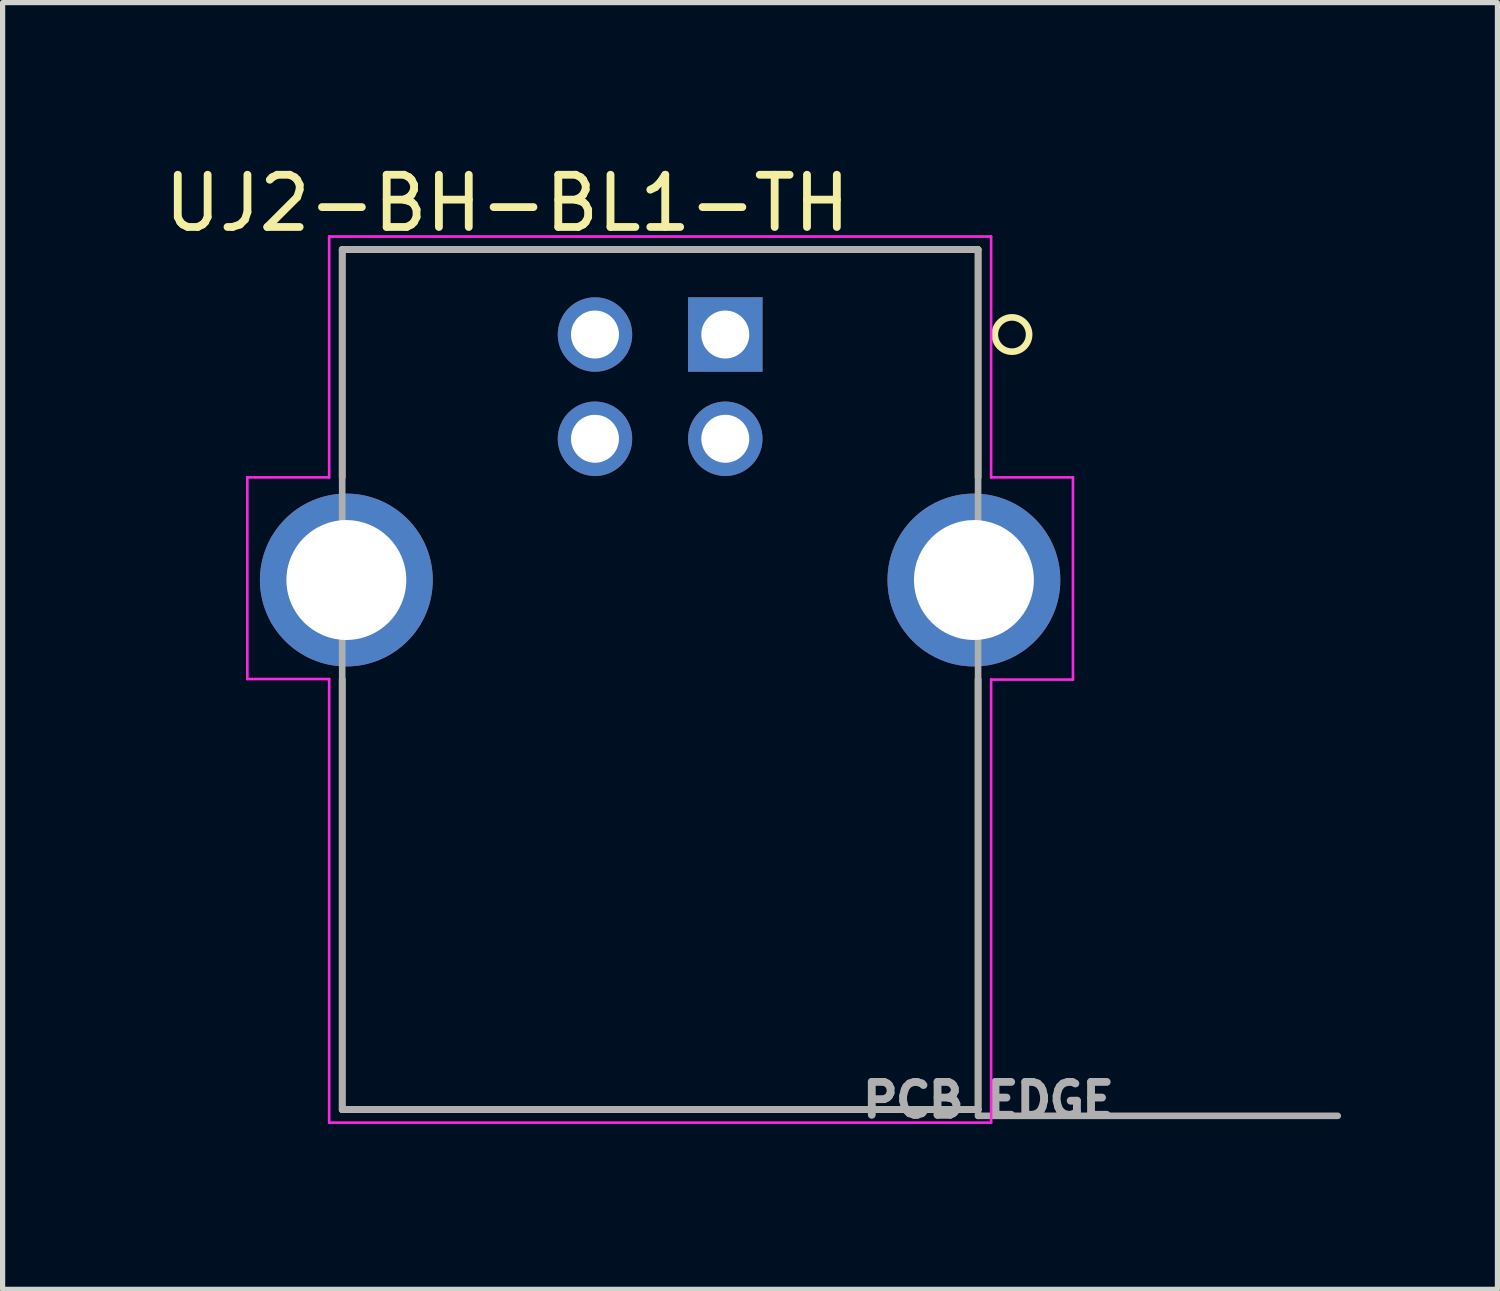
<source format=kicad_pcb>
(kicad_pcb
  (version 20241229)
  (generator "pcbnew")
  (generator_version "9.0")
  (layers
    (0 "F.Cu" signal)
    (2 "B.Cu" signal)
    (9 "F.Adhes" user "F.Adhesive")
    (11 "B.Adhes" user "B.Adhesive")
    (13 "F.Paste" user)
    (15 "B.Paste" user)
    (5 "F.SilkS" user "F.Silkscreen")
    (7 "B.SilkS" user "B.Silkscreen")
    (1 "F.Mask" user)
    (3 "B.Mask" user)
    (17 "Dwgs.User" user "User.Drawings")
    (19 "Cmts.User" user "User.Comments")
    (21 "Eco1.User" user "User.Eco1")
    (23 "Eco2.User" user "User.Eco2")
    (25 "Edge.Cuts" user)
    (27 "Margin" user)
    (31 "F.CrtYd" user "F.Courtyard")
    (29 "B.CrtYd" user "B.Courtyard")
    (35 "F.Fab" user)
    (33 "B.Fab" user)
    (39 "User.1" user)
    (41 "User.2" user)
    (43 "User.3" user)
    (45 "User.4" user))
  (footprint "UJ2-BH-BL1-TH"
    (layer "F.Cu")
    (at 10.865 3.368)
    (property "Reference" "UJ2-BH-BL1-TH" (at -4.182 -2.519 0) (layer "F.SilkS") (effects (font (size 1.002 1.002) (thickness 0.15))))
    (attr through_hole)
    (fp_line (start -7.35 -1.63) (end 4.85 -1.63) (stroke (width 0.127) (type solid)) (layer "F.SilkS"))
    (fp_line (start -7.35 2.74) (end -7.35 -1.63) (stroke (width 0.127) (type solid)) (layer "F.SilkS"))
    (fp_line (start -7.35 6.61) (end -7.35 14.87) (stroke (width 0.127) (type solid)) (layer "F.SilkS"))
    (fp_line (start -7.35 14.87) (end 4.85 14.87) (stroke (width 0.127) (type solid)) (layer "F.SilkS"))
    (fp_line (start 4.85 -1.63) (end 4.85 2.74) (stroke (width 0.127) (type solid)) (layer "F.SilkS"))
    (fp_line (start 4.85 14.87) (end 4.85 6.61) (stroke (width 0.127) (type solid)) (layer "F.SilkS"))
    (fp_circle (center 5.5 0) (end 5.829 0) (stroke (width 0.127) (type solid)) (fill no) (layer "F.SilkS"))
    (fp_line (start -9.17 2.74) (end -7.6 2.74) (stroke (width 0.05) (type solid)) (layer "F.CrtYd"))
    (fp_line (start -9.17 6.61) (end -9.17 2.74) (stroke (width 0.05) (type solid)) (layer "F.CrtYd"))
    (fp_line (start -7.6 -1.88) (end 5.1 -1.88) (stroke (width 0.05) (type solid)) (layer "F.CrtYd"))
    (fp_line (start -7.6 2.74) (end -7.6 -1.88) (stroke (width 0.05) (type solid)) (layer "F.CrtYd"))
    (fp_line (start -7.6 6.61) (end -9.17 6.61) (stroke (width 0.05) (type solid)) (layer "F.CrtYd"))
    (fp_line (start -7.6 15.12) (end -7.6 6.61) (stroke (width 0.05) (type solid)) (layer "F.CrtYd"))
    (fp_line (start 5.1 -1.88) (end 5.1 2.74) (stroke (width 0.05) (type solid)) (layer "F.CrtYd"))
    (fp_line (start 5.1 2.74) (end 6.67 2.74) (stroke (width 0.05) (type solid)) (layer "F.CrtYd"))
    (fp_line (start 5.1 6.62) (end 5.1 15.12) (stroke (width 0.05) (type solid)) (layer "F.CrtYd"))
    (fp_line (start 5.1 15.12) (end -7.6 15.12) (stroke (width 0.05) (type solid)) (layer "F.CrtYd"))
    (fp_line (start 6.67 2.74) (end 6.67 6.62) (stroke (width 0.05) (type solid)) (layer "F.CrtYd"))
    (fp_line (start 6.67 6.62) (end 5.1 6.62) (stroke (width 0.05) (type solid)) (layer "F.CrtYd"))
    (fp_line (start -7.35 -1.63) (end 4.85 -1.63) (stroke (width 0.127) (type solid)) (layer "F.Fab"))
    (fp_line (start -7.35 14.87) (end -7.35 -1.63) (stroke (width 0.127) (type solid)) (layer "F.Fab"))
    (fp_line (start 4.85 -1.63) (end 4.85 14.87) (stroke (width 0.127) (type solid)) (layer "F.Fab"))
    (fp_line (start 4.85 14.87) (end -7.35 14.87) (stroke (width 0.127) (type solid)) (layer "F.Fab"))
    (fp_line (start 4.85 14.87) (end 4.85 14.99) (stroke (width 0.127) (type solid)) (layer "F.Fab"))
    (fp_line (start 4.85 14.99) (end 11.75 14.99) (stroke (width 0.127) (type solid)) (layer "F.Fab"))
    (fp_circle (center 0 0) (end 0.2 0) (stroke (width 0.4) (type solid)) (fill no) (layer "F.Fab"))
    (fp_text user "PCB EDGE" (at 5.049 14.686 0) (layer "F.Fab") (effects (font (size 0.631 0.631) (thickness 0.15))))
    (pad "1" thru_hole rect (at 0 0) (size 1.428 1.428) (drill 0.92) (layers "*.Cu" "*.Mask"))
    (pad "2" thru_hole circle (at -2.5 0) (size 1.428 1.428) (drill 0.92) (layers "*.Cu" "*.Mask"))
    (pad "3" thru_hole circle (at -2.5 2) (size 1.428 1.428) (drill 0.92) (layers "*.Cu" "*.Mask"))
    (pad "4" thru_hole circle (at 0 2) (size 1.428 1.428) (drill 0.92) (layers "*.Cu" "*.Mask"))
    (pad "SH1" thru_hole circle (at -7.27 4.71) (size 3.316 3.316) (drill 2.3) (layers "*.Cu" "*.Mask"))
    (pad "SH2" thru_hole circle (at 4.77 4.71) (size 3.316 3.316) (drill 2.3) (layers "*.Cu" "*.Mask")))
  (gr_rect
    (start -3 -3)
    (end 25.679 21.687)
    (stroke (width 0.1) (type default))
    (fill no)
    (layer "Edge.Cuts")))
</source>
